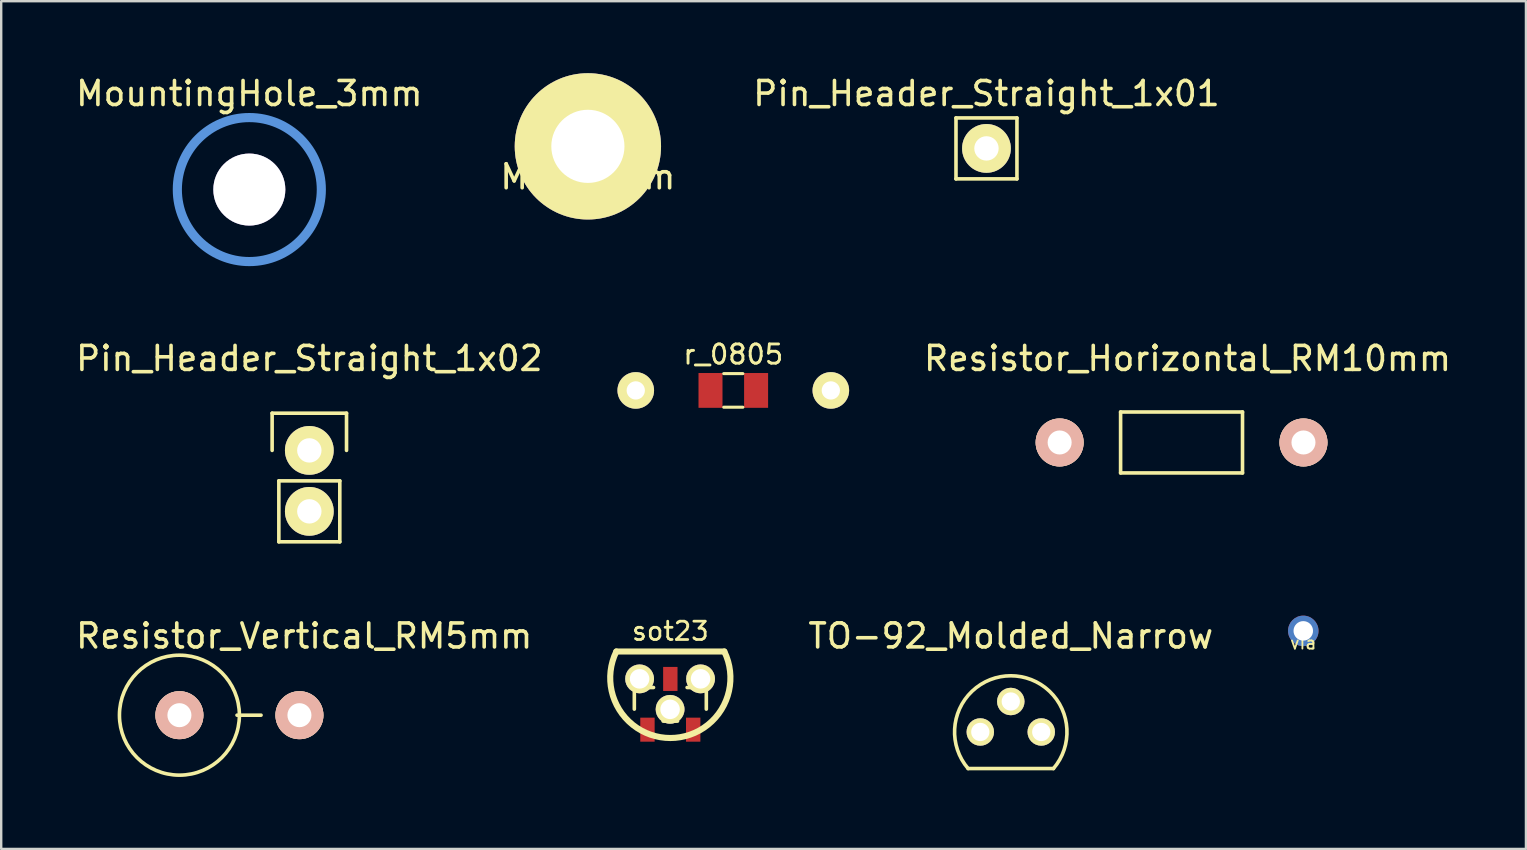
<source format=kicad_pcb>
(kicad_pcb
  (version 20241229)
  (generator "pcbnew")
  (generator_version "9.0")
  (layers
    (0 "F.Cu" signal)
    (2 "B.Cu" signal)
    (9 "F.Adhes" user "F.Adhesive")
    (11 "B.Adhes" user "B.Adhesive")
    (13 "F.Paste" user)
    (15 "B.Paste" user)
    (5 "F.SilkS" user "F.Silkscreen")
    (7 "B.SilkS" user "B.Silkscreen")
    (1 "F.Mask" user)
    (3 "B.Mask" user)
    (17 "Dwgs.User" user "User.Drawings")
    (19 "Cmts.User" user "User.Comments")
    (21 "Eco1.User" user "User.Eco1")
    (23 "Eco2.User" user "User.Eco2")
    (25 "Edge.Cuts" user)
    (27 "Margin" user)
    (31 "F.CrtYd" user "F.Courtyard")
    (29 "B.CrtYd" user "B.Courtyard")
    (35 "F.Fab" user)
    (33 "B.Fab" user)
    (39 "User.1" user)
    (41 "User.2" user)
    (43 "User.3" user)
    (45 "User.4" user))
  (footprint "TO-92_Molded_Narrow"
    (layer "F.Cu")
    (at 39.067 27.45)
    (property "Reference" "TO-92_Molded_Narrow" (at 0 -4 0) (layer "F.SilkS") (effects (font (size 1 1) (thickness 0.15))))
    (attr through_hole)
    (fp_line (start 1.778 1.524) (end -1.778 1.524) (stroke (width 0.15) (type solid)) (layer "F.SilkS"))
    (fp_arc (start -1.778 1.524) (mid 0 -2.341764) (end 1.778 1.524) (stroke (width 0.15) (type solid)) (layer "F.SilkS"))
    (pad "1" thru_hole circle (at -1.27 0 90) (size 1.143 1.143) (drill 0.762) (layers "*.Cu" "*.Mask" "F.SilkS"))
    (pad "2" thru_hole circle (at 0 -1.27 90) (size 1.143 1.143) (drill 0.762) (layers "*.Cu" "*.Mask" "F.SilkS"))
    (pad "3" thru_hole circle (at 1.27 0 90) (size 1.143 1.143) (drill 0.762) (layers "*.Cu" "*.Mask" "F.SilkS")))
  (footprint "sot23"
    (layer "F.Cu")
    (at 24.881 26.297)
    (property "Reference" "sot23" (at 0 -3.048 0) (layer "F.SilkS") (effects (font (size 0.762 0.762) (thickness 0.114))))
    (attr smd)
    (fp_line (start -2.25 -2.2) (end 2.25 -2.2) (stroke (width 0.254) (type solid)) (layer "F.SilkS"))
    (fp_line (start -1.5 -0.7) (end -0.7 -0.7) (stroke (width 0.15) (type solid)) (layer "F.SilkS"))
    (fp_line (start -1.5 0.2) (end -1.5 -0.7) (stroke (width 0.15) (type solid)) (layer "F.SilkS"))
    (fp_line (start 0.3 0.7) (end -0.3 0.7) (stroke (width 0.15) (type solid)) (layer "F.SilkS"))
    (fp_line (start 1.5 -0.7) (end 0.7 -0.7) (stroke (width 0.15) (type solid)) (layer "F.SilkS"))
    (fp_line (start 1.5 0.2) (end 1.5 -0.7) (stroke (width 0.15) (type solid)) (layer "F.SilkS"))
    (fp_arc (start 2.25 -2.2) (mid 0 1.404496) (end -2.25 -2.2) (stroke (width 0.254) (type solid)) (layer "F.SilkS"))
    (pad "1" smd rect (at -0.953 1.057) (size 0.599 1.001) (layers "F.Cu" "F.Mask" "F.Paste"))
    (pad "1" thru_hole circle (at 1.26 -1.06 90) (size 1.2 1.2) (drill 0.813) (layers "*.Cu" "*.Mask" "F.SilkS"))
    (pad "2" thru_hole circle (at -0.01 0.21 90) (size 1.2 1.2) (drill 0.813) (layers "*.Cu" "*.Mask" "F.SilkS"))
    (pad "2" smd rect (at 0.953 1.057) (size 0.599 1.001) (layers "F.Cu" "F.Mask" "F.Paste"))
    (pad "3" thru_hole circle (at -1.28 -1.06 90) (size 1.2 1.2) (drill 0.813) (layers "*.Cu" "*.Mask" "F.SilkS"))
    (pad "3" smd rect (at 0 -1.057) (size 0.599 1.001) (layers "F.Cu" "F.Mask" "F.Paste")))
  (footprint "Resistor_Horizontal_RM10mm"
    (layer "F.Cu")
    (at 46.183 15.387)
    (property "Reference" "Resistor_Horizontal_RM10mm" (at 0.249 -3.5 0) (layer "F.SilkS") (effects (font (size 1 1) (thickness 0.15))))
    (attr through_hole)
    (fp_line (start -2.54 -1.27) (end 2.54 -1.27) (stroke (width 0.15) (type solid)) (layer "F.SilkS"))
    (fp_line (start -2.54 1.27) (end -2.54 -1.27) (stroke (width 0.15) (type solid)) (layer "F.SilkS"))
    (fp_line (start 2.54 -1.27) (end 2.54 1.27) (stroke (width 0.15) (type solid)) (layer "F.SilkS"))
    (fp_line (start 2.54 1.27) (end -2.54 1.27) (stroke (width 0.15) (type solid)) (layer "F.SilkS"))
    (pad "1" thru_hole circle (at -5.08 0) (size 1.999 1.999) (drill 1.001) (layers "*.Cu" "*.SilkS" "*.Mask"))
    (pad "2" thru_hole circle (at 5.08 0) (size 1.999 1.999) (drill 1.001) (layers "*.Cu" "*.SilkS" "*.Mask")))
  (footprint "MTG_3mm"
    (layer "F.Cu")
    (at 21.446 3.048)
    (property "Reference" "MTG_3mm" (at 0 1.27 0) (layer "F.SilkS") (effects (font (size 1 1) (thickness 0.15))))
    (attr through_hole)
    (pad "1" thru_hole circle (at 0 0) (size 6.096 6.096) (drill 3.048) (layers "*.Cu" "*.Mask" "F.SilkS")))
  (footprint "Pin_Header_Straight_1x02"
    (layer "F.Cu")
    (at 9.839 16.987)
    (property "Reference" "Pin_Header_Straight_1x02" (at 0 -5.1 0) (layer "F.SilkS") (effects (font (size 1 1) (thickness 0.15))))
    (attr through_hole)
    (fp_line (start -1.55 -2.82) (end 1.55 -2.82) (stroke (width 0.15) (type solid)) (layer "F.SilkS"))
    (fp_line (start -1.55 -1.27) (end -1.55 -2.82) (stroke (width 0.15) (type solid)) (layer "F.SilkS"))
    (fp_line (start -1.27 0) (end -1.27 2.54) (stroke (width 0.15) (type solid)) (layer "F.SilkS"))
    (fp_line (start -1.27 2.54) (end 1.27 2.54) (stroke (width 0.15) (type solid)) (layer "F.SilkS"))
    (fp_line (start 1.27 0) (end -1.27 0) (stroke (width 0.15) (type solid)) (layer "F.SilkS"))
    (fp_line (start 1.27 0) (end 1.27 2.54) (stroke (width 0.15) (type solid)) (layer "F.SilkS"))
    (fp_line (start 1.55 -2.82) (end 1.55 -1.27) (stroke (width 0.15) (type solid)) (layer "F.SilkS"))
    (pad "1" thru_hole oval (at 0 -1.27) (size 2.032 2.032) (drill 1.016) (layers "*.Cu" "*.Mask" "F.SilkS"))
    (pad "2" thru_hole oval (at 0 1.27) (size 2.032 2.032) (drill 1.016) (layers "*.Cu" "*.Mask" "F.SilkS")))
  (footprint "via"
    (layer "F.Cu")
    (at 51.255 23.237)
    (property "Reference" "via" (at 0 0.508 0) (layer "F.SilkS") (effects (font (size 0.508 0.508) (thickness 0.076))))
    (attr through_hole)
    (pad "1" thru_hole circle (at 0 0) (size 1.27 1.27) (drill 0.813) (layers "*.Cu" "*.Mask")))
  (footprint "MountingHole_3mm"
    (layer "F.Cu")
    (at 7.339 4.849)
    (property "Reference" "MountingHole_3mm" (at 0 -4 0) (layer "F.SilkS") (effects (font (size 1 1) (thickness 0.15))))
    (attr through_hole)
    (fp_circle (center 0 0) (end 3 0) (stroke (width 0.381) (type solid)) (fill no) (layer "Cmts.User"))
    (pad "" thru_hole circle (at 0 0) (size 3 3) (drill 3) (layers)))
  (footprint "r_0805"
    (layer "F.Cu")
    (at 27.505 13.218)
    (property "Reference" "r_0805" (at 0 -1.5 180) (layer "F.SilkS") (effects (font (size 0.8 0.8) (thickness 0.12))))
    (attr smd)
    (fp_line (start -0.4 -0.7) (end 0.4 -0.7) (stroke (width 0.127) (type solid)) (layer "F.SilkS"))
    (fp_line (start 0.4 0.7) (end -0.4 0.7) (stroke (width 0.127) (type solid)) (layer "F.SilkS"))
    (pad "1" thru_hole circle (at -4.064 0) (size 1.524 1.524) (drill 0.762) (layers "*.Cu" "*.Mask" "F.SilkS"))
    (pad "1" smd rect (at -0.95 0) (size 1 1.45) (layers "F.Cu" "F.Mask" "F.Paste"))
    (pad "2" smd rect (at 0.95 0) (size 1 1.45) (layers "F.Cu" "F.Mask" "F.Paste"))
    (pad "2" thru_hole circle (at 4.064 0) (size 1.524 1.524) (drill 0.762) (layers "*.Cu" "*.Mask" "F.SilkS")))
  (footprint "Resistor_Vertical_RM5mm"
    (layer "F.Cu")
    (at 6.925 26.75)
    (property "Reference" "Resistor_Vertical_RM5mm" (at 2.7 -3.299 0) (layer "F.SilkS") (effects (font (size 1 1) (thickness 0.15))))
    (attr through_hole)
    (fp_line (start -0.099 0) (end 0.902 0) (stroke (width 0.15) (type solid)) (layer "F.SilkS"))
    (fp_circle (center -2.499 0) (end 0 0) (stroke (width 0.15) (type solid)) (fill no) (layer "F.SilkS"))
    (pad "1" thru_hole circle (at -2.499 0) (size 1.999 1.999) (drill 1.001) (layers "*.Cu" "*.SilkS" "*.Mask"))
    (pad "2" thru_hole circle (at 2.502 0) (size 1.999 1.999) (drill 1.001) (layers "*.Cu" "*.SilkS" "*.Mask")))
  (footprint "Pin_Header_Straight_1x01"
    (layer "F.Cu")
    (at 38.054 3.134)
    (property "Reference" "Pin_Header_Straight_1x01" (at 0 -2.286 0) (layer "F.SilkS") (effects (font (size 1 1) (thickness 0.15))))
    (attr through_hole)
    (fp_line (start -1.27 -1.27) (end -1.27 1.27) (stroke (width 0.15) (type solid)) (layer "F.SilkS"))
    (fp_line (start -1.27 1.27) (end 1.27 1.27) (stroke (width 0.15) (type solid)) (layer "F.SilkS"))
    (fp_line (start 1.27 -1.27) (end -1.27 -1.27) (stroke (width 0.15) (type solid)) (layer "F.SilkS"))
    (fp_line (start 1.27 1.27) (end 1.27 -1.27) (stroke (width 0.15) (type solid)) (layer "F.SilkS"))
    (pad "1" thru_hole circle (at 0 0) (size 2.032 2.032) (drill 1.016) (layers "*.Cu" "*.Mask" "F.SilkS")))
  (gr_rect
    (start -3 -3)
    (end 60.533 32.324)
    (stroke (width 0.1) (type default))
    (fill no)
    (layer "Edge.Cuts")))
</source>
